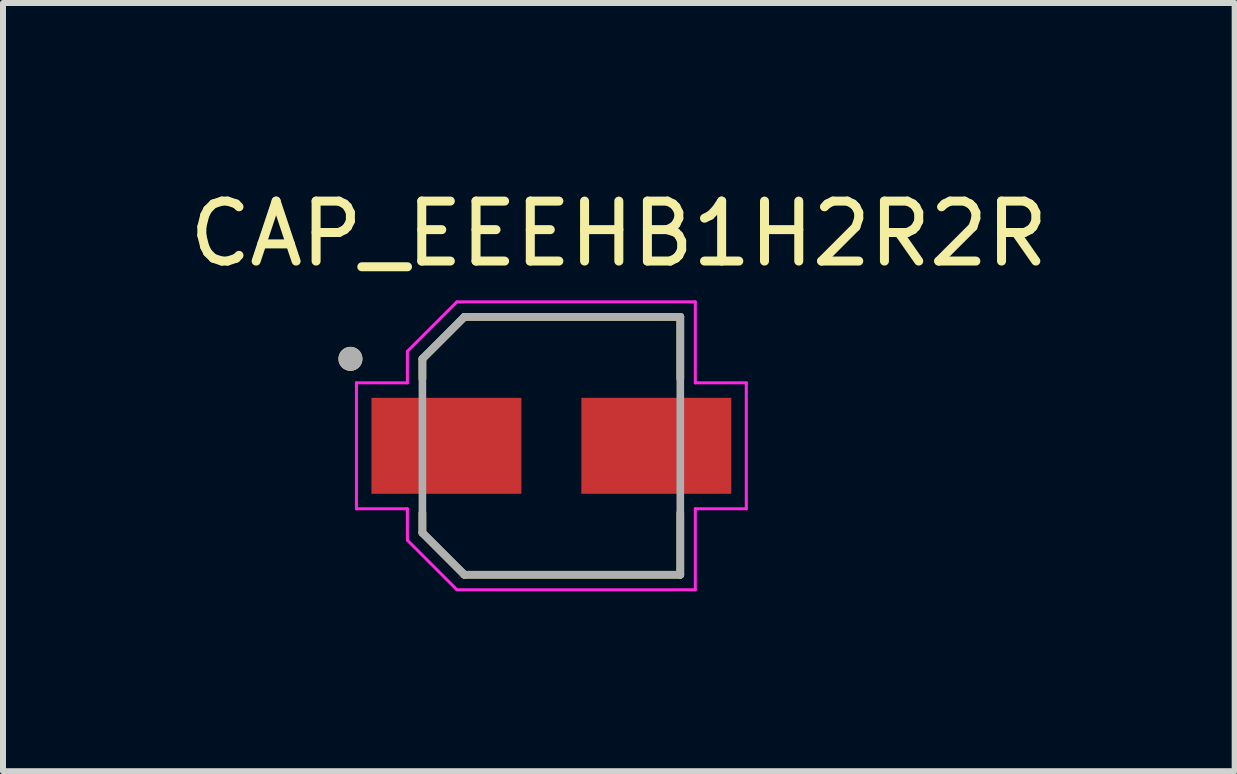
<source format=kicad_pcb>
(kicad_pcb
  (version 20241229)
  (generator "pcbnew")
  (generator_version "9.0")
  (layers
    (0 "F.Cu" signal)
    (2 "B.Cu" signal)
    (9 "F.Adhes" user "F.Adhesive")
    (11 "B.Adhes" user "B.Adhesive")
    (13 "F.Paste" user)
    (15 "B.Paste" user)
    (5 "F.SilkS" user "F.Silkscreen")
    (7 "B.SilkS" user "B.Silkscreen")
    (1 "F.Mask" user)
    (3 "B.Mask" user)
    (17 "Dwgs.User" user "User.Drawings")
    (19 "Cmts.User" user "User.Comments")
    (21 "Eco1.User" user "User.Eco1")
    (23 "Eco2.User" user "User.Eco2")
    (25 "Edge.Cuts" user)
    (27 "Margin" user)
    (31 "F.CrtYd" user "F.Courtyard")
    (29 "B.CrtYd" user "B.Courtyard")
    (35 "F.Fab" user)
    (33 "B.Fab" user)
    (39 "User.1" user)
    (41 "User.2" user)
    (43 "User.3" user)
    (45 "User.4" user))
  (footprint "CAP_EEEHB1H2R2R"
    (layer "F.Cu")
    (at 6.143 4.383)
    (property "Reference" "CAP_EEEHB1H2R2R" (at 1.125 -3.535 0) (layer "F.SilkS") (effects (font (size 1 1) (thickness 0.15))))
    (attr smd)
    (fp_line (start -2.15 -1.45) (end -2.15 -1.12) (stroke (width 0.127) (type solid)) (layer "F.SilkS"))
    (fp_line (start -2.15 1.12) (end -2.15 1.45) (stroke (width 0.127) (type solid)) (layer "F.SilkS"))
    (fp_line (start -2.15 1.45) (end -1.45 2.15) (stroke (width 0.127) (type solid)) (layer "F.SilkS"))
    (fp_line (start -1.45 -2.15) (end -2.15 -1.45) (stroke (width 0.127) (type solid)) (layer "F.SilkS"))
    (fp_line (start -1.45 2.15) (end 2.15 2.15) (stroke (width 0.127) (type solid)) (layer "F.SilkS"))
    (fp_line (start 2.15 -2.15) (end -1.45 -2.15) (stroke (width 0.127) (type solid)) (layer "F.SilkS"))
    (fp_line (start 2.15 -1.12) (end 2.15 -2.15) (stroke (width 0.127) (type solid)) (layer "F.SilkS"))
    (fp_line (start 2.15 2.15) (end 2.15 1.12) (stroke (width 0.127) (type solid)) (layer "F.SilkS"))
    (fp_circle (center -3.35 -1.45) (end -3.25 -1.45) (stroke (width 0.2) (type solid)) (fill no) (layer "F.SilkS"))
    (fp_line (start -3.25 -1.05) (end -2.4 -1.05) (stroke (width 0.05) (type solid)) (layer "F.CrtYd"))
    (fp_line (start -3.25 1.05) (end -3.25 -1.05) (stroke (width 0.05) (type solid)) (layer "F.CrtYd"))
    (fp_line (start -2.4 -1.575) (end -1.575 -2.4) (stroke (width 0.05) (type solid)) (layer "F.CrtYd"))
    (fp_line (start -2.4 -1.05) (end -2.4 -1.575) (stroke (width 0.05) (type solid)) (layer "F.CrtYd"))
    (fp_line (start -2.4 1.05) (end -3.25 1.05) (stroke (width 0.05) (type solid)) (layer "F.CrtYd"))
    (fp_line (start -2.4 1.575) (end -2.4 1.05) (stroke (width 0.05) (type solid)) (layer "F.CrtYd"))
    (fp_line (start -1.575 -2.4) (end 2.4 -2.4) (stroke (width 0.05) (type solid)) (layer "F.CrtYd"))
    (fp_line (start -1.575 2.4) (end -2.4 1.575) (stroke (width 0.05) (type solid)) (layer "F.CrtYd"))
    (fp_line (start 2.4 -2.4) (end 2.4 -1.05) (stroke (width 0.05) (type solid)) (layer "F.CrtYd"))
    (fp_line (start 2.4 -1.05) (end 3.25 -1.05) (stroke (width 0.05) (type solid)) (layer "F.CrtYd"))
    (fp_line (start 2.4 1.05) (end 2.4 2.4) (stroke (width 0.05) (type solid)) (layer "F.CrtYd"))
    (fp_line (start 2.4 2.4) (end -1.575 2.4) (stroke (width 0.05) (type solid)) (layer "F.CrtYd"))
    (fp_line (start 3.25 -1.05) (end 3.25 1.05) (stroke (width 0.05) (type solid)) (layer "F.CrtYd"))
    (fp_line (start 3.25 1.05) (end 2.4 1.05) (stroke (width 0.05) (type solid)) (layer "F.CrtYd"))
    (fp_line (start -2.15 -1.45) (end -2.15 1.45) (stroke (width 0.127) (type solid)) (layer "F.Fab"))
    (fp_line (start -2.15 1.45) (end -1.45 2.15) (stroke (width 0.127) (type solid)) (layer "F.Fab"))
    (fp_line (start -1.45 -2.15) (end -2.15 -1.45) (stroke (width 0.127) (type solid)) (layer "F.Fab"))
    (fp_line (start -1.45 2.15) (end 2.15 2.15) (stroke (width 0.127) (type solid)) (layer "F.Fab"))
    (fp_line (start 2.15 -2.15) (end -1.45 -2.15) (stroke (width 0.127) (type solid)) (layer "F.Fab"))
    (fp_line (start 2.15 2.15) (end 2.15 -2.15) (stroke (width 0.127) (type solid)) (layer "F.Fab"))
    (fp_circle (center -3.35 -1.45) (end -3.25 -1.45) (stroke (width 0.2) (type solid)) (fill no) (layer "F.Fab"))
    (pad "1" smd rect (at -1.75 0) (size 2.5 1.6) (layers "F.Cu" "F.Mask" "F.Paste"))
    (pad "2" smd rect (at 1.75 0) (size 2.5 1.6) (layers "F.Cu" "F.Mask" "F.Paste")))
  (gr_rect
    (start -3 -3)
    (end 17.536 9.808)
    (stroke (width 0.1) (type default))
    (fill no)
    (layer "Edge.Cuts")))
</source>
